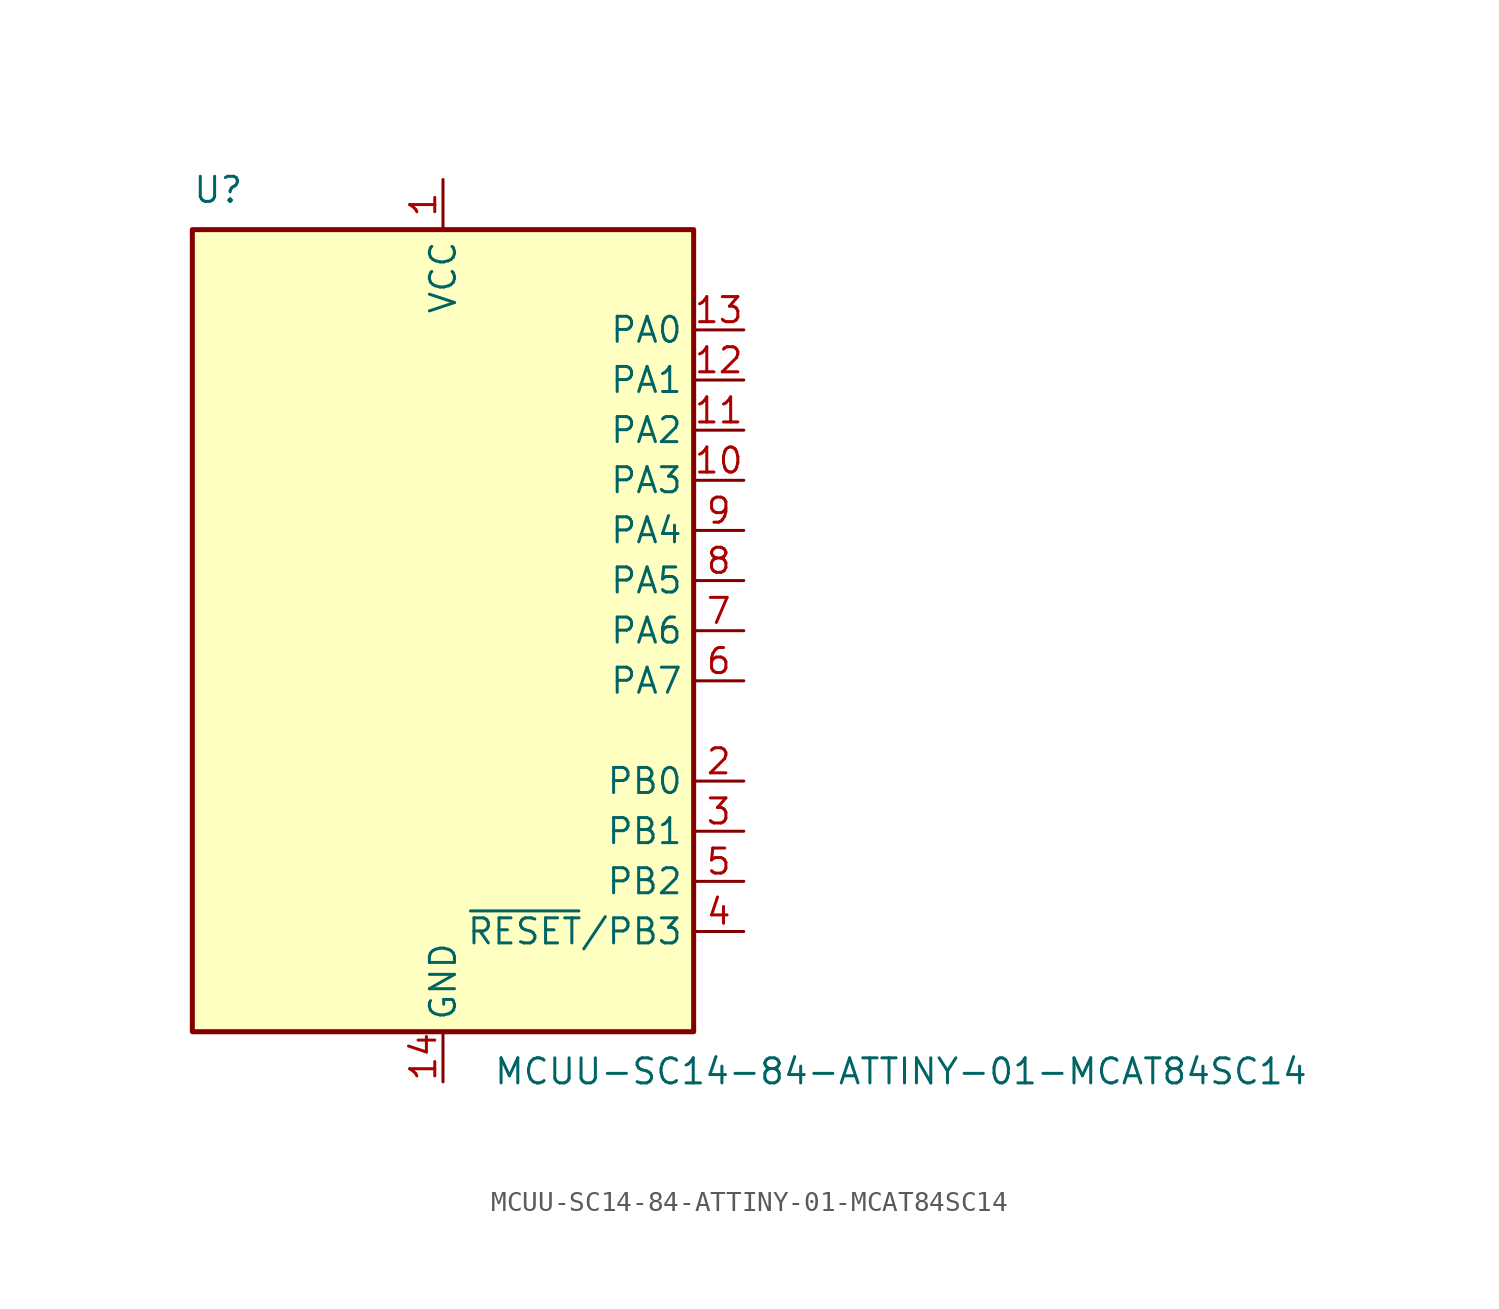
<source format=kicad_sym>
(kicad_symbol_lib
  (version 20211014)
  (generator kicad_symbol_editor)
  (symbol "MCUU-SC14-84-ATTINY-01-MCAT84SC14"
    (property "Reference" "U"
      (at -12.7 21.59 0)
      (effects (font (size 1.27 1.27)) (justify left bottom)))
    (property "Value" "MCUU-SC14-84-ATTINY-01-MCAT84SC14"
      (at 2.54 -21.59 0)
      (effects (font (size 1.27 1.27)) (justify left top)))
    (symbol "MCUU-SC14-84-ATTINY-01-MCAT84SC14_0_1"
      (rectangle (start -12.7 -20.32) (end 12.7 20.32) (stroke (width 0.254) (type default) (color 0 0 0 0)) (fill (type background))))
    (symbol "MCUU-SC14-84-ATTINY-01-MCAT84SC14_1_1"
      (pin power_in line (at 0 22.86 270) (length 2.54) (name "VCC" (effects (font (size 1.27 1.27)))) (number "1" (effects (font (size 1.27 1.27)))))
      (pin bidirectional line (at 15.24 7.62 180) (length 2.54) (name "PA3" (effects (font (size 1.27 1.27)))) (number "10" (effects (font (size 1.27 1.27)))))
      (pin bidirectional line (at 15.24 10.16 180) (length 2.54) (name "PA2" (effects (font (size 1.27 1.27)))) (number "11" (effects (font (size 1.27 1.27)))))
      (pin bidirectional line (at 15.24 12.7 180) (length 2.54) (name "PA1" (effects (font (size 1.27 1.27)))) (number "12" (effects (font (size 1.27 1.27)))))
      (pin bidirectional line (at 15.24 15.24 180) (length 2.54) (name "PA0" (effects (font (size 1.27 1.27)))) (number "13" (effects (font (size 1.27 1.27)))))
      (pin power_in line (at 0 -22.86 90) (length 2.54) (name "GND" (effects (font (size 1.27 1.27)))) (number "14" (effects (font (size 1.27 1.27)))))
      (pin bidirectional line (at 15.24 -7.62 180) (length 2.54) (name "PB0" (effects (font (size 1.27 1.27)))) (number "2" (effects (font (size 1.27 1.27)))))
      (pin bidirectional line (at 15.24 -10.16 180) (length 2.54) (name "PB1" (effects (font (size 1.27 1.27)))) (number "3" (effects (font (size 1.27 1.27)))))
      (pin bidirectional line (at 15.24 -15.24 180) (length 2.54) (name "~{RESET}/PB3" (effects (font (size 1.27 1.27)))) (number "4" (effects (font (size 1.27 1.27)))))
      (pin bidirectional line (at 15.24 -12.7 180) (length 2.54) (name "PB2" (effects (font (size 1.27 1.27)))) (number "5" (effects (font (size 1.27 1.27)))))
      (pin bidirectional line (at 15.24 -2.54 180) (length 2.54) (name "PA7" (effects (font (size 1.27 1.27)))) (number "6" (effects (font (size 1.27 1.27)))))
      (pin bidirectional line (at 15.24 0 180) (length 2.54) (name "PA6" (effects (font (size 1.27 1.27)))) (number "7" (effects (font (size 1.27 1.27)))))
      (pin bidirectional line (at 15.24 2.54 180) (length 2.54) (name "PA5" (effects (font (size 1.27 1.27)))) (number "8" (effects (font (size 1.27 1.27)))))
      (pin bidirectional line (at 15.24 5.08 180) (length 2.54) (name "PA4" (effects (font (size 1.27 1.27)))) (number "9" (effects (font (size 1.27 1.27))))))))
</source>
